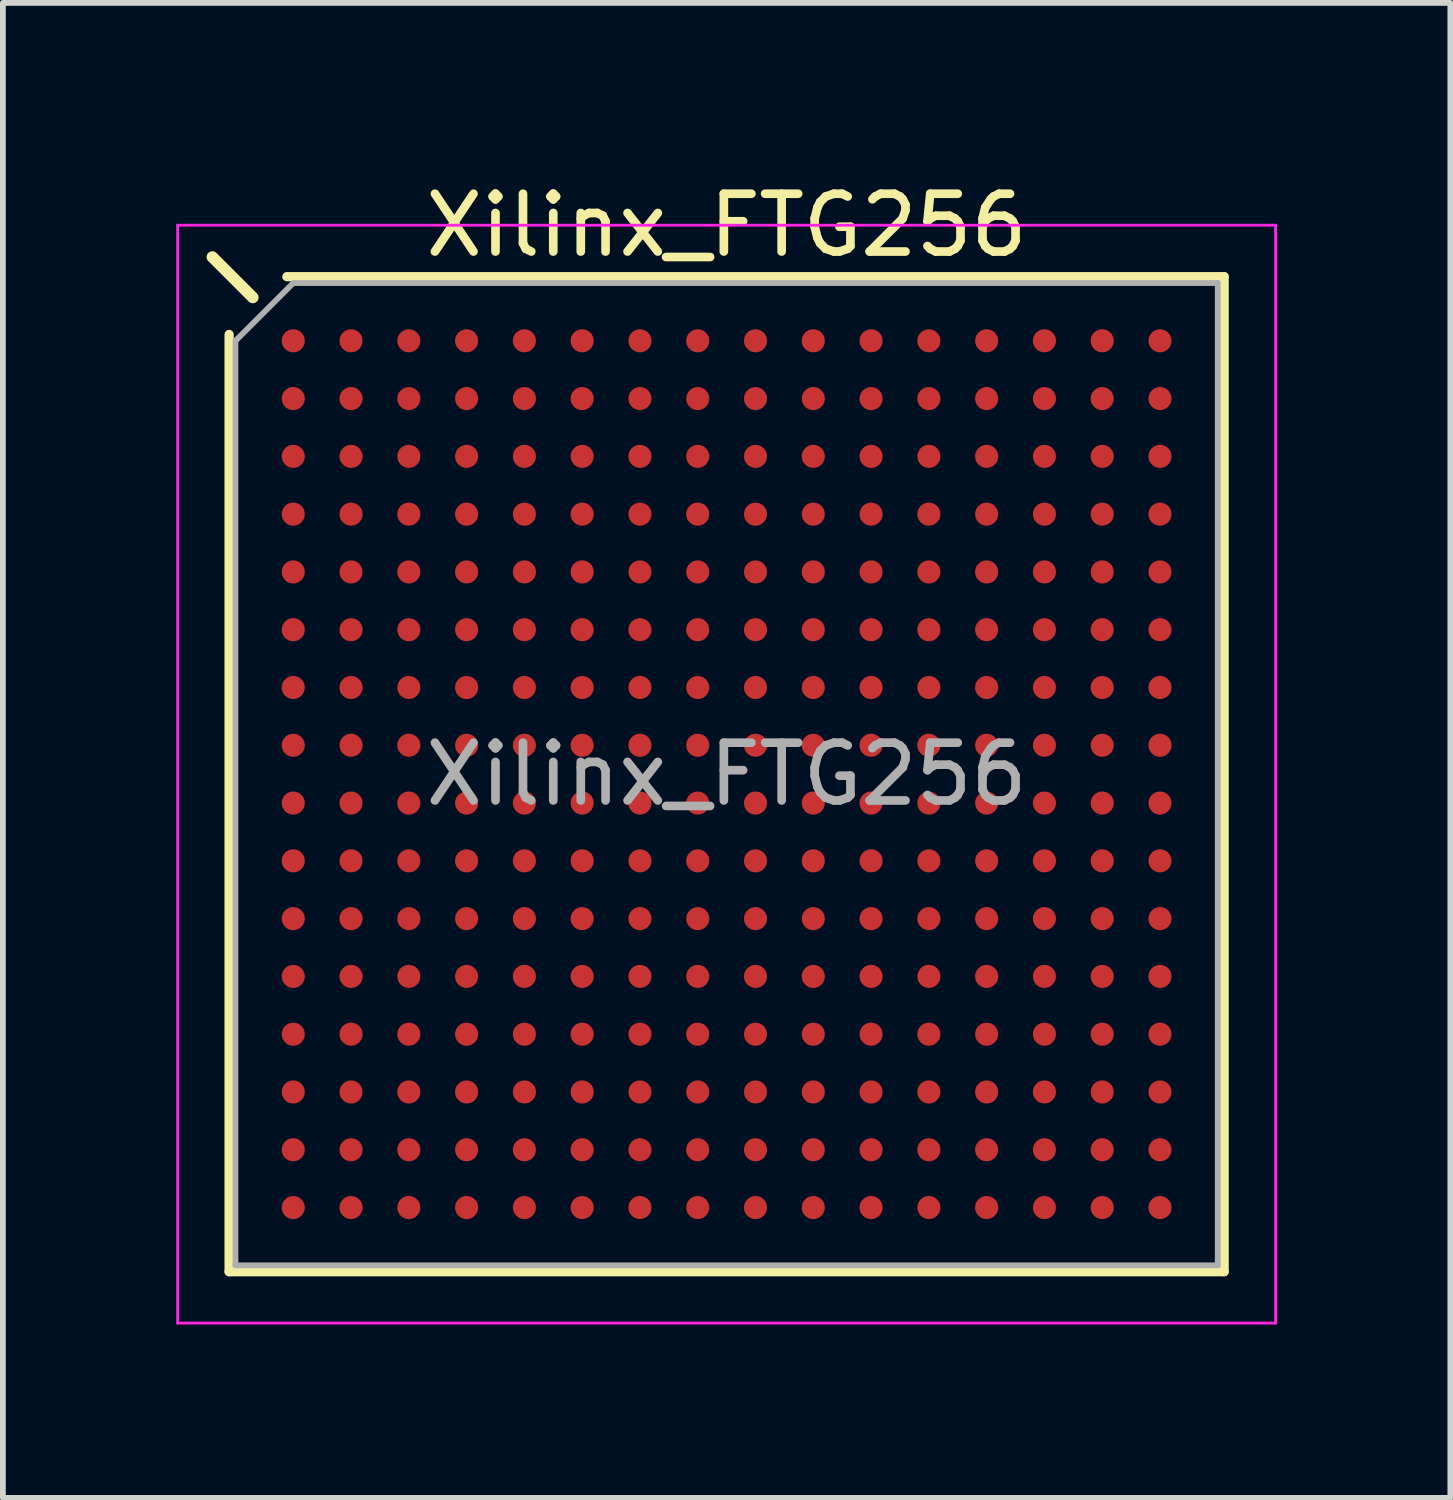
<source format=kicad_pcb>
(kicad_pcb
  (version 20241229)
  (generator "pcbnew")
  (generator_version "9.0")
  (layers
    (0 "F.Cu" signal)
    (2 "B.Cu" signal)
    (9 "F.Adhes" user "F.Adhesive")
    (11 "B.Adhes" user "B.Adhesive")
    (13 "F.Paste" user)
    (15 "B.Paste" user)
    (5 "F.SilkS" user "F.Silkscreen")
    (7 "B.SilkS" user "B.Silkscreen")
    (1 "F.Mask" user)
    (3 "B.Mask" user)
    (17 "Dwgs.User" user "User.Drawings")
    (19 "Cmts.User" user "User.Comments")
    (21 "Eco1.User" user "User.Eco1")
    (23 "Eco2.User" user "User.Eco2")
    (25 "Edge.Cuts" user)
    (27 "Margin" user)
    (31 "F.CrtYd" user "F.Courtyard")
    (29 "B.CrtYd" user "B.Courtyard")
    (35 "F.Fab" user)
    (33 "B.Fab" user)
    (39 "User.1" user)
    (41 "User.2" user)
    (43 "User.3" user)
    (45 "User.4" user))
  (footprint "Xilinx_FTG256"
    (layer "F.Cu")
    (at 9.525 10.348)
    (property "Reference" "Xilinx_FTG256" (at 0 -9.5 0) (layer "F.SilkS") (effects (font (size 1 1) (thickness 0.15))))
    (attr smd)
    (fp_line (start -8.61 8.61) (end -8.61 -7.61) (stroke (width 0.16) (type solid)) (layer "F.SilkS"))
    (fp_line (start -8.2 -8.25) (end -8.9 -8.95) (stroke (width 0.2) (type solid)) (layer "F.SilkS"))
    (fp_line (start -7.61 -8.61) (end 8.61 -8.61) (stroke (width 0.16) (type solid)) (layer "F.SilkS"))
    (fp_line (start 8.61 -8.61) (end 8.61 8.61) (stroke (width 0.16) (type solid)) (layer "F.SilkS"))
    (fp_line (start 8.61 8.61) (end -8.61 8.61) (stroke (width 0.16) (type solid)) (layer "F.SilkS"))
    (fp_line (start -9.5 -9.5) (end -9.5 9.5) (stroke (width 0.05) (type solid)) (layer "F.CrtYd"))
    (fp_line (start -9.5 9.5) (end 9.5 9.5) (stroke (width 0.05) (type solid)) (layer "F.CrtYd"))
    (fp_line (start 9.5 -9.5) (end -9.5 -9.5) (stroke (width 0.05) (type solid)) (layer "F.CrtYd"))
    (fp_line (start 9.5 9.5) (end 9.5 -9.5) (stroke (width 0.05) (type solid)) (layer "F.CrtYd"))
    (fp_line (start -8.5 -7.5) (end -7.5 -8.5) (stroke (width 0.1) (type solid)) (layer "F.Fab"))
    (fp_line (start -8.5 8.5) (end -8.5 -7.5) (stroke (width 0.1) (type solid)) (layer "F.Fab"))
    (fp_line (start -7.5 -8.5) (end 8.5 -8.5) (stroke (width 0.1) (type solid)) (layer "F.Fab"))
    (fp_line (start 8.5 -8.5) (end 8.5 8.5) (stroke (width 0.1) (type solid)) (layer "F.Fab"))
    (fp_line (start 8.5 8.5) (end -8.5 8.5) (stroke (width 0.1) (type solid)) (layer "F.Fab"))
    (fp_text user "${REFERENCE}" (at 0 0 0) (layer "F.Fab") (effects (font (size 1 1) (thickness 0.15))))
    (pad "A1" smd circle (at -7.5 -7.5) (size 0.4 0.4) (layers "F.Cu" "F.Mask" "F.Paste"))
    (pad "A2" smd circle (at -6.5 -7.5) (size 0.4 0.4) (layers "F.Cu" "F.Mask" "F.Paste"))
    (pad "A3" smd circle (at -5.5 -7.5) (size 0.4 0.4) (layers "F.Cu" "F.Mask" "F.Paste"))
    (pad "A4" smd circle (at -4.5 -7.5) (size 0.4 0.4) (layers "F.Cu" "F.Mask" "F.Paste"))
    (pad "A5" smd circle (at -3.5 -7.5) (size 0.4 0.4) (layers "F.Cu" "F.Mask" "F.Paste"))
    (pad "A6" smd circle (at -2.5 -7.5) (size 0.4 0.4) (layers "F.Cu" "F.Mask" "F.Paste"))
    (pad "A7" smd circle (at -1.5 -7.5) (size 0.4 0.4) (layers "F.Cu" "F.Mask" "F.Paste"))
    (pad "A8" smd circle (at -0.5 -7.5) (size 0.4 0.4) (layers "F.Cu" "F.Mask" "F.Paste"))
    (pad "A9" smd circle (at 0.5 -7.5) (size 0.4 0.4) (layers "F.Cu" "F.Mask" "F.Paste"))
    (pad "A10" smd circle (at 1.5 -7.5) (size 0.4 0.4) (layers "F.Cu" "F.Mask" "F.Paste"))
    (pad "A11" smd circle (at 2.5 -7.5) (size 0.4 0.4) (layers "F.Cu" "F.Mask" "F.Paste"))
    (pad "A12" smd circle (at 3.5 -7.5) (size 0.4 0.4) (layers "F.Cu" "F.Mask" "F.Paste"))
    (pad "A13" smd circle (at 4.5 -7.5) (size 0.4 0.4) (layers "F.Cu" "F.Mask" "F.Paste"))
    (pad "A14" smd circle (at 5.5 -7.5) (size 0.4 0.4) (layers "F.Cu" "F.Mask" "F.Paste"))
    (pad "A15" smd circle (at 6.5 -7.5) (size 0.4 0.4) (layers "F.Cu" "F.Mask" "F.Paste"))
    (pad "A16" smd circle (at 7.5 -7.5) (size 0.4 0.4) (layers "F.Cu" "F.Mask" "F.Paste"))
    (pad "B1" smd circle (at -7.5 -6.5) (size 0.4 0.4) (layers "F.Cu" "F.Mask" "F.Paste"))
    (pad "B2" smd circle (at -6.5 -6.5) (size 0.4 0.4) (layers "F.Cu" "F.Mask" "F.Paste"))
    (pad "B3" smd circle (at -5.5 -6.5) (size 0.4 0.4) (layers "F.Cu" "F.Mask" "F.Paste"))
    (pad "B4" smd circle (at -4.5 -6.5) (size 0.4 0.4) (layers "F.Cu" "F.Mask" "F.Paste"))
    (pad "B5" smd circle (at -3.5 -6.5) (size 0.4 0.4) (layers "F.Cu" "F.Mask" "F.Paste"))
    (pad "B6" smd circle (at -2.5 -6.5) (size 0.4 0.4) (layers "F.Cu" "F.Mask" "F.Paste"))
    (pad "B7" smd circle (at -1.5 -6.5) (size 0.4 0.4) (layers "F.Cu" "F.Mask" "F.Paste"))
    (pad "B8" smd circle (at -0.5 -6.5) (size 0.4 0.4) (layers "F.Cu" "F.Mask" "F.Paste"))
    (pad "B9" smd circle (at 0.5 -6.5) (size 0.4 0.4) (layers "F.Cu" "F.Mask" "F.Paste"))
    (pad "B10" smd circle (at 1.5 -6.5) (size 0.4 0.4) (layers "F.Cu" "F.Mask" "F.Paste"))
    (pad "B11" smd circle (at 2.5 -6.5) (size 0.4 0.4) (layers "F.Cu" "F.Mask" "F.Paste"))
    (pad "B12" smd circle (at 3.5 -6.5) (size 0.4 0.4) (layers "F.Cu" "F.Mask" "F.Paste"))
    (pad "B13" smd circle (at 4.5 -6.5) (size 0.4 0.4) (layers "F.Cu" "F.Mask" "F.Paste"))
    (pad "B14" smd circle (at 5.5 -6.5) (size 0.4 0.4) (layers "F.Cu" "F.Mask" "F.Paste"))
    (pad "B15" smd circle (at 6.5 -6.5) (size 0.4 0.4) (layers "F.Cu" "F.Mask" "F.Paste"))
    (pad "B16" smd circle (at 7.5 -6.5) (size 0.4 0.4) (layers "F.Cu" "F.Mask" "F.Paste"))
    (pad "C1" smd circle (at -7.5 -5.5) (size 0.4 0.4) (layers "F.Cu" "F.Mask" "F.Paste"))
    (pad "C2" smd circle (at -6.5 -5.5) (size 0.4 0.4) (layers "F.Cu" "F.Mask" "F.Paste"))
    (pad "C3" smd circle (at -5.5 -5.5) (size 0.4 0.4) (layers "F.Cu" "F.Mask" "F.Paste"))
    (pad "C4" smd circle (at -4.5 -5.5) (size 0.4 0.4) (layers "F.Cu" "F.Mask" "F.Paste"))
    (pad "C5" smd circle (at -3.5 -5.5) (size 0.4 0.4) (layers "F.Cu" "F.Mask" "F.Paste"))
    (pad "C6" smd circle (at -2.5 -5.5) (size 0.4 0.4) (layers "F.Cu" "F.Mask" "F.Paste"))
    (pad "C7" smd circle (at -1.5 -5.5) (size 0.4 0.4) (layers "F.Cu" "F.Mask" "F.Paste"))
    (pad "C8" smd circle (at -0.5 -5.5) (size 0.4 0.4) (layers "F.Cu" "F.Mask" "F.Paste"))
    (pad "C9" smd circle (at 0.5 -5.5) (size 0.4 0.4) (layers "F.Cu" "F.Mask" "F.Paste"))
    (pad "C10" smd circle (at 1.5 -5.5) (size 0.4 0.4) (layers "F.Cu" "F.Mask" "F.Paste"))
    (pad "C11" smd circle (at 2.5 -5.5) (size 0.4 0.4) (layers "F.Cu" "F.Mask" "F.Paste"))
    (pad "C12" smd circle (at 3.5 -5.5) (size 0.4 0.4) (layers "F.Cu" "F.Mask" "F.Paste"))
    (pad "C13" smd circle (at 4.5 -5.5) (size 0.4 0.4) (layers "F.Cu" "F.Mask" "F.Paste"))
    (pad "C14" smd circle (at 5.5 -5.5) (size 0.4 0.4) (layers "F.Cu" "F.Mask" "F.Paste"))
    (pad "C15" smd circle (at 6.5 -5.5) (size 0.4 0.4) (layers "F.Cu" "F.Mask" "F.Paste"))
    (pad "C16" smd circle (at 7.5 -5.5) (size 0.4 0.4) (layers "F.Cu" "F.Mask" "F.Paste"))
    (pad "D1" smd circle (at -7.5 -4.5) (size 0.4 0.4) (layers "F.Cu" "F.Mask" "F.Paste"))
    (pad "D2" smd circle (at -6.5 -4.5) (size 0.4 0.4) (layers "F.Cu" "F.Mask" "F.Paste"))
    (pad "D3" smd circle (at -5.5 -4.5) (size 0.4 0.4) (layers "F.Cu" "F.Mask" "F.Paste"))
    (pad "D4" smd circle (at -4.5 -4.5) (size 0.4 0.4) (layers "F.Cu" "F.Mask" "F.Paste"))
    (pad "D5" smd circle (at -3.5 -4.5) (size 0.4 0.4) (layers "F.Cu" "F.Mask" "F.Paste"))
    (pad "D6" smd circle (at -2.5 -4.5) (size 0.4 0.4) (layers "F.Cu" "F.Mask" "F.Paste"))
    (pad "D7" smd circle (at -1.5 -4.5) (size 0.4 0.4) (layers "F.Cu" "F.Mask" "F.Paste"))
    (pad "D8" smd circle (at -0.5 -4.5) (size 0.4 0.4) (layers "F.Cu" "F.Mask" "F.Paste"))
    (pad "D9" smd circle (at 0.5 -4.5) (size 0.4 0.4) (layers "F.Cu" "F.Mask" "F.Paste"))
    (pad "D10" smd circle (at 1.5 -4.5) (size 0.4 0.4) (layers "F.Cu" "F.Mask" "F.Paste"))
    (pad "D11" smd circle (at 2.5 -4.5) (size 0.4 0.4) (layers "F.Cu" "F.Mask" "F.Paste"))
    (pad "D12" smd circle (at 3.5 -4.5) (size 0.4 0.4) (layers "F.Cu" "F.Mask" "F.Paste"))
    (pad "D13" smd circle (at 4.5 -4.5) (size 0.4 0.4) (layers "F.Cu" "F.Mask" "F.Paste"))
    (pad "D14" smd circle (at 5.5 -4.5) (size 0.4 0.4) (layers "F.Cu" "F.Mask" "F.Paste"))
    (pad "D15" smd circle (at 6.5 -4.5) (size 0.4 0.4) (layers "F.Cu" "F.Mask" "F.Paste"))
    (pad "D16" smd circle (at 7.5 -4.5) (size 0.4 0.4) (layers "F.Cu" "F.Mask" "F.Paste"))
    (pad "E1" smd circle (at -7.5 -3.5) (size 0.4 0.4) (layers "F.Cu" "F.Mask" "F.Paste"))
    (pad "E2" smd circle (at -6.5 -3.5) (size 0.4 0.4) (layers "F.Cu" "F.Mask" "F.Paste"))
    (pad "E3" smd circle (at -5.5 -3.5) (size 0.4 0.4) (layers "F.Cu" "F.Mask" "F.Paste"))
    (pad "E4" smd circle (at -4.5 -3.5) (size 0.4 0.4) (layers "F.Cu" "F.Mask" "F.Paste"))
    (pad "E5" smd circle (at -3.5 -3.5) (size 0.4 0.4) (layers "F.Cu" "F.Mask" "F.Paste"))
    (pad "E6" smd circle (at -2.5 -3.5) (size 0.4 0.4) (layers "F.Cu" "F.Mask" "F.Paste"))
    (pad "E7" smd circle (at -1.5 -3.5) (size 0.4 0.4) (layers "F.Cu" "F.Mask" "F.Paste"))
    (pad "E8" smd circle (at -0.5 -3.5) (size 0.4 0.4) (layers "F.Cu" "F.Mask" "F.Paste"))
    (pad "E9" smd circle (at 0.5 -3.5) (size 0.4 0.4) (layers "F.Cu" "F.Mask" "F.Paste"))
    (pad "E10" smd circle (at 1.5 -3.5) (size 0.4 0.4) (layers "F.Cu" "F.Mask" "F.Paste"))
    (pad "E11" smd circle (at 2.5 -3.5) (size 0.4 0.4) (layers "F.Cu" "F.Mask" "F.Paste"))
    (pad "E12" smd circle (at 3.5 -3.5) (size 0.4 0.4) (layers "F.Cu" "F.Mask" "F.Paste"))
    (pad "E13" smd circle (at 4.5 -3.5) (size 0.4 0.4) (layers "F.Cu" "F.Mask" "F.Paste"))
    (pad "E14" smd circle (at 5.5 -3.5) (size 0.4 0.4) (layers "F.Cu" "F.Mask" "F.Paste"))
    (pad "E15" smd circle (at 6.5 -3.5) (size 0.4 0.4) (layers "F.Cu" "F.Mask" "F.Paste"))
    (pad "E16" smd circle (at 7.5 -3.5) (size 0.4 0.4) (layers "F.Cu" "F.Mask" "F.Paste"))
    (pad "F1" smd circle (at -7.5 -2.5) (size 0.4 0.4) (layers "F.Cu" "F.Mask" "F.Paste"))
    (pad "F2" smd circle (at -6.5 -2.5) (size 0.4 0.4) (layers "F.Cu" "F.Mask" "F.Paste"))
    (pad "F3" smd circle (at -5.5 -2.5) (size 0.4 0.4) (layers "F.Cu" "F.Mask" "F.Paste"))
    (pad "F4" smd circle (at -4.5 -2.5) (size 0.4 0.4) (layers "F.Cu" "F.Mask" "F.Paste"))
    (pad "F5" smd circle (at -3.5 -2.5) (size 0.4 0.4) (layers "F.Cu" "F.Mask" "F.Paste"))
    (pad "F6" smd circle (at -2.5 -2.5) (size 0.4 0.4) (layers "F.Cu" "F.Mask" "F.Paste"))
    (pad "F7" smd circle (at -1.5 -2.5) (size 0.4 0.4) (layers "F.Cu" "F.Mask" "F.Paste"))
    (pad "F8" smd circle (at -0.5 -2.5) (size 0.4 0.4) (layers "F.Cu" "F.Mask" "F.Paste"))
    (pad "F9" smd circle (at 0.5 -2.5) (size 0.4 0.4) (layers "F.Cu" "F.Mask" "F.Paste"))
    (pad "F10" smd circle (at 1.5 -2.5) (size 0.4 0.4) (layers "F.Cu" "F.Mask" "F.Paste"))
    (pad "F11" smd circle (at 2.5 -2.5) (size 0.4 0.4) (layers "F.Cu" "F.Mask" "F.Paste"))
    (pad "F12" smd circle (at 3.5 -2.5) (size 0.4 0.4) (layers "F.Cu" "F.Mask" "F.Paste"))
    (pad "F13" smd circle (at 4.5 -2.5) (size 0.4 0.4) (layers "F.Cu" "F.Mask" "F.Paste"))
    (pad "F14" smd circle (at 5.5 -2.5) (size 0.4 0.4) (layers "F.Cu" "F.Mask" "F.Paste"))
    (pad "F15" smd circle (at 6.5 -2.5) (size 0.4 0.4) (layers "F.Cu" "F.Mask" "F.Paste"))
    (pad "F16" smd circle (at 7.5 -2.5) (size 0.4 0.4) (layers "F.Cu" "F.Mask" "F.Paste"))
    (pad "G1" smd circle (at -7.5 -1.5) (size 0.4 0.4) (layers "F.Cu" "F.Mask" "F.Paste"))
    (pad "G2" smd circle (at -6.5 -1.5) (size 0.4 0.4) (layers "F.Cu" "F.Mask" "F.Paste"))
    (pad "G3" smd circle (at -5.5 -1.5) (size 0.4 0.4) (layers "F.Cu" "F.Mask" "F.Paste"))
    (pad "G4" smd circle (at -4.5 -1.5) (size 0.4 0.4) (layers "F.Cu" "F.Mask" "F.Paste"))
    (pad "G5" smd circle (at -3.5 -1.5) (size 0.4 0.4) (layers "F.Cu" "F.Mask" "F.Paste"))
    (pad "G6" smd circle (at -2.5 -1.5) (size 0.4 0.4) (layers "F.Cu" "F.Mask" "F.Paste"))
    (pad "G7" smd circle (at -1.5 -1.5) (size 0.4 0.4) (layers "F.Cu" "F.Mask" "F.Paste"))
    (pad "G8" smd circle (at -0.5 -1.5) (size 0.4 0.4) (layers "F.Cu" "F.Mask" "F.Paste"))
    (pad "G9" smd circle (at 0.5 -1.5) (size 0.4 0.4) (layers "F.Cu" "F.Mask" "F.Paste"))
    (pad "G10" smd circle (at 1.5 -1.5) (size 0.4 0.4) (layers "F.Cu" "F.Mask" "F.Paste"))
    (pad "G11" smd circle (at 2.5 -1.5) (size 0.4 0.4) (layers "F.Cu" "F.Mask" "F.Paste"))
    (pad "G12" smd circle (at 3.5 -1.5) (size 0.4 0.4) (layers "F.Cu" "F.Mask" "F.Paste"))
    (pad "G13" smd circle (at 4.5 -1.5) (size 0.4 0.4) (layers "F.Cu" "F.Mask" "F.Paste"))
    (pad "G14" smd circle (at 5.5 -1.5) (size 0.4 0.4) (layers "F.Cu" "F.Mask" "F.Paste"))
    (pad "G15" smd circle (at 6.5 -1.5) (size 0.4 0.4) (layers "F.Cu" "F.Mask" "F.Paste"))
    (pad "G16" smd circle (at 7.5 -1.5) (size 0.4 0.4) (layers "F.Cu" "F.Mask" "F.Paste"))
    (pad "H1" smd circle (at -7.5 -0.5) (size 0.4 0.4) (layers "F.Cu" "F.Mask" "F.Paste"))
    (pad "H2" smd circle (at -6.5 -0.5) (size 0.4 0.4) (layers "F.Cu" "F.Mask" "F.Paste"))
    (pad "H3" smd circle (at -5.5 -0.5) (size 0.4 0.4) (layers "F.Cu" "F.Mask" "F.Paste"))
    (pad "H4" smd circle (at -4.5 -0.5) (size 0.4 0.4) (layers "F.Cu" "F.Mask" "F.Paste"))
    (pad "H5" smd circle (at -3.5 -0.5) (size 0.4 0.4) (layers "F.Cu" "F.Mask" "F.Paste"))
    (pad "H6" smd circle (at -2.5 -0.5) (size 0.4 0.4) (layers "F.Cu" "F.Mask" "F.Paste"))
    (pad "H7" smd circle (at -1.5 -0.5) (size 0.4 0.4) (layers "F.Cu" "F.Mask" "F.Paste"))
    (pad "H8" smd circle (at -0.5 -0.5) (size 0.4 0.4) (layers "F.Cu" "F.Mask" "F.Paste"))
    (pad "H9" smd circle (at 0.5 -0.5) (size 0.4 0.4) (layers "F.Cu" "F.Mask" "F.Paste"))
    (pad "H10" smd circle (at 1.5 -0.5) (size 0.4 0.4) (layers "F.Cu" "F.Mask" "F.Paste"))
    (pad "H11" smd circle (at 2.5 -0.5) (size 0.4 0.4) (layers "F.Cu" "F.Mask" "F.Paste"))
    (pad "H12" smd circle (at 3.5 -0.5) (size 0.4 0.4) (layers "F.Cu" "F.Mask" "F.Paste"))
    (pad "H13" smd circle (at 4.5 -0.5) (size 0.4 0.4) (layers "F.Cu" "F.Mask" "F.Paste"))
    (pad "H14" smd circle (at 5.5 -0.5) (size 0.4 0.4) (layers "F.Cu" "F.Mask" "F.Paste"))
    (pad "H15" smd circle (at 6.5 -0.5) (size 0.4 0.4) (layers "F.Cu" "F.Mask" "F.Paste"))
    (pad "H16" smd circle (at 7.5 -0.5) (size 0.4 0.4) (layers "F.Cu" "F.Mask" "F.Paste"))
    (pad "J1" smd circle (at -7.5 0.5) (size 0.4 0.4) (layers "F.Cu" "F.Mask" "F.Paste"))
    (pad "J2" smd circle (at -6.5 0.5) (size 0.4 0.4) (layers "F.Cu" "F.Mask" "F.Paste"))
    (pad "J3" smd circle (at -5.5 0.5) (size 0.4 0.4) (layers "F.Cu" "F.Mask" "F.Paste"))
    (pad "J4" smd circle (at -4.5 0.5) (size 0.4 0.4) (layers "F.Cu" "F.Mask" "F.Paste"))
    (pad "J5" smd circle (at -3.5 0.5) (size 0.4 0.4) (layers "F.Cu" "F.Mask" "F.Paste"))
    (pad "J6" smd circle (at -2.5 0.5) (size 0.4 0.4) (layers "F.Cu" "F.Mask" "F.Paste"))
    (pad "J7" smd circle (at -1.5 0.5) (size 0.4 0.4) (layers "F.Cu" "F.Mask" "F.Paste"))
    (pad "J8" smd circle (at -0.5 0.5) (size 0.4 0.4) (layers "F.Cu" "F.Mask" "F.Paste"))
    (pad "J9" smd circle (at 0.5 0.5) (size 0.4 0.4) (layers "F.Cu" "F.Mask" "F.Paste"))
    (pad "J10" smd circle (at 1.5 0.5) (size 0.4 0.4) (layers "F.Cu" "F.Mask" "F.Paste"))
    (pad "J11" smd circle (at 2.5 0.5) (size 0.4 0.4) (layers "F.Cu" "F.Mask" "F.Paste"))
    (pad "J12" smd circle (at 3.5 0.5) (size 0.4 0.4) (layers "F.Cu" "F.Mask" "F.Paste"))
    (pad "J13" smd circle (at 4.5 0.5) (size 0.4 0.4) (layers "F.Cu" "F.Mask" "F.Paste"))
    (pad "J14" smd circle (at 5.5 0.5) (size 0.4 0.4) (layers "F.Cu" "F.Mask" "F.Paste"))
    (pad "J15" smd circle (at 6.5 0.5) (size 0.4 0.4) (layers "F.Cu" "F.Mask" "F.Paste"))
    (pad "J16" smd circle (at 7.5 0.5) (size 0.4 0.4) (layers "F.Cu" "F.Mask" "F.Paste"))
    (pad "K1" smd circle (at -7.5 1.5) (size 0.4 0.4) (layers "F.Cu" "F.Mask" "F.Paste"))
    (pad "K2" smd circle (at -6.5 1.5) (size 0.4 0.4) (layers "F.Cu" "F.Mask" "F.Paste"))
    (pad "K3" smd circle (at -5.5 1.5) (size 0.4 0.4) (layers "F.Cu" "F.Mask" "F.Paste"))
    (pad "K4" smd circle (at -4.5 1.5) (size 0.4 0.4) (layers "F.Cu" "F.Mask" "F.Paste"))
    (pad "K5" smd circle (at -3.5 1.5) (size 0.4 0.4) (layers "F.Cu" "F.Mask" "F.Paste"))
    (pad "K6" smd circle (at -2.5 1.5) (size 0.4 0.4) (layers "F.Cu" "F.Mask" "F.Paste"))
    (pad "K7" smd circle (at -1.5 1.5) (size 0.4 0.4) (layers "F.Cu" "F.Mask" "F.Paste"))
    (pad "K8" smd circle (at -0.5 1.5) (size 0.4 0.4) (layers "F.Cu" "F.Mask" "F.Paste"))
    (pad "K9" smd circle (at 0.5 1.5) (size 0.4 0.4) (layers "F.Cu" "F.Mask" "F.Paste"))
    (pad "K10" smd circle (at 1.5 1.5) (size 0.4 0.4) (layers "F.Cu" "F.Mask" "F.Paste"))
    (pad "K11" smd circle (at 2.5 1.5) (size 0.4 0.4) (layers "F.Cu" "F.Mask" "F.Paste"))
    (pad "K12" smd circle (at 3.5 1.5) (size 0.4 0.4) (layers "F.Cu" "F.Mask" "F.Paste"))
    (pad "K13" smd circle (at 4.5 1.5) (size 0.4 0.4) (layers "F.Cu" "F.Mask" "F.Paste"))
    (pad "K14" smd circle (at 5.5 1.5) (size 0.4 0.4) (layers "F.Cu" "F.Mask" "F.Paste"))
    (pad "K15" smd circle (at 6.5 1.5) (size 0.4 0.4) (layers "F.Cu" "F.Mask" "F.Paste"))
    (pad "K16" smd circle (at 7.5 1.5) (size 0.4 0.4) (layers "F.Cu" "F.Mask" "F.Paste"))
    (pad "L1" smd circle (at -7.5 2.5) (size 0.4 0.4) (layers "F.Cu" "F.Mask" "F.Paste"))
    (pad "L2" smd circle (at -6.5 2.5) (size 0.4 0.4) (layers "F.Cu" "F.Mask" "F.Paste"))
    (pad "L3" smd circle (at -5.5 2.5) (size 0.4 0.4) (layers "F.Cu" "F.Mask" "F.Paste"))
    (pad "L4" smd circle (at -4.5 2.5) (size 0.4 0.4) (layers "F.Cu" "F.Mask" "F.Paste"))
    (pad "L5" smd circle (at -3.5 2.5) (size 0.4 0.4) (layers "F.Cu" "F.Mask" "F.Paste"))
    (pad "L6" smd circle (at -2.5 2.5) (size 0.4 0.4) (layers "F.Cu" "F.Mask" "F.Paste"))
    (pad "L7" smd circle (at -1.5 2.5) (size 0.4 0.4) (layers "F.Cu" "F.Mask" "F.Paste"))
    (pad "L8" smd circle (at -0.5 2.5) (size 0.4 0.4) (layers "F.Cu" "F.Mask" "F.Paste"))
    (pad "L9" smd circle (at 0.5 2.5) (size 0.4 0.4) (layers "F.Cu" "F.Mask" "F.Paste"))
    (pad "L10" smd circle (at 1.5 2.5) (size 0.4 0.4) (layers "F.Cu" "F.Mask" "F.Paste"))
    (pad "L11" smd circle (at 2.5 2.5) (size 0.4 0.4) (layers "F.Cu" "F.Mask" "F.Paste"))
    (pad "L12" smd circle (at 3.5 2.5) (size 0.4 0.4) (layers "F.Cu" "F.Mask" "F.Paste"))
    (pad "L13" smd circle (at 4.5 2.5) (size 0.4 0.4) (layers "F.Cu" "F.Mask" "F.Paste"))
    (pad "L14" smd circle (at 5.5 2.5) (size 0.4 0.4) (layers "F.Cu" "F.Mask" "F.Paste"))
    (pad "L15" smd circle (at 6.5 2.5) (size 0.4 0.4) (layers "F.Cu" "F.Mask" "F.Paste"))
    (pad "L16" smd circle (at 7.5 2.5) (size 0.4 0.4) (layers "F.Cu" "F.Mask" "F.Paste"))
    (pad "M1" smd circle (at -7.5 3.5) (size 0.4 0.4) (layers "F.Cu" "F.Mask" "F.Paste"))
    (pad "M2" smd circle (at -6.5 3.5) (size 0.4 0.4) (layers "F.Cu" "F.Mask" "F.Paste"))
    (pad "M3" smd circle (at -5.5 3.5) (size 0.4 0.4) (layers "F.Cu" "F.Mask" "F.Paste"))
    (pad "M4" smd circle (at -4.5 3.5) (size 0.4 0.4) (layers "F.Cu" "F.Mask" "F.Paste"))
    (pad "M5" smd circle (at -3.5 3.5) (size 0.4 0.4) (layers "F.Cu" "F.Mask" "F.Paste"))
    (pad "M6" smd circle (at -2.5 3.5) (size 0.4 0.4) (layers "F.Cu" "F.Mask" "F.Paste"))
    (pad "M7" smd circle (at -1.5 3.5) (size 0.4 0.4) (layers "F.Cu" "F.Mask" "F.Paste"))
    (pad "M8" smd circle (at -0.5 3.5) (size 0.4 0.4) (layers "F.Cu" "F.Mask" "F.Paste"))
    (pad "M9" smd circle (at 0.5 3.5) (size 0.4 0.4) (layers "F.Cu" "F.Mask" "F.Paste"))
    (pad "M10" smd circle (at 1.5 3.5) (size 0.4 0.4) (layers "F.Cu" "F.Mask" "F.Paste"))
    (pad "M11" smd circle (at 2.5 3.5) (size 0.4 0.4) (layers "F.Cu" "F.Mask" "F.Paste"))
    (pad "M12" smd circle (at 3.5 3.5) (size 0.4 0.4) (layers "F.Cu" "F.Mask" "F.Paste"))
    (pad "M13" smd circle (at 4.5 3.5) (size 0.4 0.4) (layers "F.Cu" "F.Mask" "F.Paste"))
    (pad "M14" smd circle (at 5.5 3.5) (size 0.4 0.4) (layers "F.Cu" "F.Mask" "F.Paste"))
    (pad "M15" smd circle (at 6.5 3.5) (size 0.4 0.4) (layers "F.Cu" "F.Mask" "F.Paste"))
    (pad "M16" smd circle (at 7.5 3.5) (size 0.4 0.4) (layers "F.Cu" "F.Mask" "F.Paste"))
    (pad "N1" smd circle (at -7.5 4.5) (size 0.4 0.4) (layers "F.Cu" "F.Mask" "F.Paste"))
    (pad "N2" smd circle (at -6.5 4.5) (size 0.4 0.4) (layers "F.Cu" "F.Mask" "F.Paste"))
    (pad "N3" smd circle (at -5.5 4.5) (size 0.4 0.4) (layers "F.Cu" "F.Mask" "F.Paste"))
    (pad "N4" smd circle (at -4.5 4.5) (size 0.4 0.4) (layers "F.Cu" "F.Mask" "F.Paste"))
    (pad "N5" smd circle (at -3.5 4.5) (size 0.4 0.4) (layers "F.Cu" "F.Mask" "F.Paste"))
    (pad "N6" smd circle (at -2.5 4.5) (size 0.4 0.4) (layers "F.Cu" "F.Mask" "F.Paste"))
    (pad "N7" smd circle (at -1.5 4.5) (size 0.4 0.4) (layers "F.Cu" "F.Mask" "F.Paste"))
    (pad "N8" smd circle (at -0.5 4.5) (size 0.4 0.4) (layers "F.Cu" "F.Mask" "F.Paste"))
    (pad "N9" smd circle (at 0.5 4.5) (size 0.4 0.4) (layers "F.Cu" "F.Mask" "F.Paste"))
    (pad "N10" smd circle (at 1.5 4.5) (size 0.4 0.4) (layers "F.Cu" "F.Mask" "F.Paste"))
    (pad "N11" smd circle (at 2.5 4.5) (size 0.4 0.4) (layers "F.Cu" "F.Mask" "F.Paste"))
    (pad "N12" smd circle (at 3.5 4.5) (size 0.4 0.4) (layers "F.Cu" "F.Mask" "F.Paste"))
    (pad "N13" smd circle (at 4.5 4.5) (size 0.4 0.4) (layers "F.Cu" "F.Mask" "F.Paste"))
    (pad "N14" smd circle (at 5.5 4.5) (size 0.4 0.4) (layers "F.Cu" "F.Mask" "F.Paste"))
    (pad "N15" smd circle (at 6.5 4.5) (size 0.4 0.4) (layers "F.Cu" "F.Mask" "F.Paste"))
    (pad "N16" smd circle (at 7.5 4.5) (size 0.4 0.4) (layers "F.Cu" "F.Mask" "F.Paste"))
    (pad "P1" smd circle (at -7.5 5.5) (size 0.4 0.4) (layers "F.Cu" "F.Mask" "F.Paste"))
    (pad "P2" smd circle (at -6.5 5.5) (size 0.4 0.4) (layers "F.Cu" "F.Mask" "F.Paste"))
    (pad "P3" smd circle (at -5.5 5.5) (size 0.4 0.4) (layers "F.Cu" "F.Mask" "F.Paste"))
    (pad "P4" smd circle (at -4.5 5.5) (size 0.4 0.4) (layers "F.Cu" "F.Mask" "F.Paste"))
    (pad "P5" smd circle (at -3.5 5.5) (size 0.4 0.4) (layers "F.Cu" "F.Mask" "F.Paste"))
    (pad "P6" smd circle (at -2.5 5.5) (size 0.4 0.4) (layers "F.Cu" "F.Mask" "F.Paste"))
    (pad "P7" smd circle (at -1.5 5.5) (size 0.4 0.4) (layers "F.Cu" "F.Mask" "F.Paste"))
    (pad "P8" smd circle (at -0.5 5.5) (size 0.4 0.4) (layers "F.Cu" "F.Mask" "F.Paste"))
    (pad "P9" smd circle (at 0.5 5.5) (size 0.4 0.4) (layers "F.Cu" "F.Mask" "F.Paste"))
    (pad "P10" smd circle (at 1.5 5.5) (size 0.4 0.4) (layers "F.Cu" "F.Mask" "F.Paste"))
    (pad "P11" smd circle (at 2.5 5.5) (size 0.4 0.4) (layers "F.Cu" "F.Mask" "F.Paste"))
    (pad "P12" smd circle (at 3.5 5.5) (size 0.4 0.4) (layers "F.Cu" "F.Mask" "F.Paste"))
    (pad "P13" smd circle (at 4.5 5.5) (size 0.4 0.4) (layers "F.Cu" "F.Mask" "F.Paste"))
    (pad "P14" smd circle (at 5.5 5.5) (size 0.4 0.4) (layers "F.Cu" "F.Mask" "F.Paste"))
    (pad "P15" smd circle (at 6.5 5.5) (size 0.4 0.4) (layers "F.Cu" "F.Mask" "F.Paste"))
    (pad "P16" smd circle (at 7.5 5.5) (size 0.4 0.4) (layers "F.Cu" "F.Mask" "F.Paste"))
    (pad "R1" smd circle (at -7.5 6.5) (size 0.4 0.4) (layers "F.Cu" "F.Mask" "F.Paste"))
    (pad "R2" smd circle (at -6.5 6.5) (size 0.4 0.4) (layers "F.Cu" "F.Mask" "F.Paste"))
    (pad "R3" smd circle (at -5.5 6.5) (size 0.4 0.4) (layers "F.Cu" "F.Mask" "F.Paste"))
    (pad "R4" smd circle (at -4.5 6.5) (size 0.4 0.4) (layers "F.Cu" "F.Mask" "F.Paste"))
    (pad "R5" smd circle (at -3.5 6.5) (size 0.4 0.4) (layers "F.Cu" "F.Mask" "F.Paste"))
    (pad "R6" smd circle (at -2.5 6.5) (size 0.4 0.4) (layers "F.Cu" "F.Mask" "F.Paste"))
    (pad "R7" smd circle (at -1.5 6.5) (size 0.4 0.4) (layers "F.Cu" "F.Mask" "F.Paste"))
    (pad "R8" smd circle (at -0.5 6.5) (size 0.4 0.4) (layers "F.Cu" "F.Mask" "F.Paste"))
    (pad "R9" smd circle (at 0.5 6.5) (size 0.4 0.4) (layers "F.Cu" "F.Mask" "F.Paste"))
    (pad "R10" smd circle (at 1.5 6.5) (size 0.4 0.4) (layers "F.Cu" "F.Mask" "F.Paste"))
    (pad "R11" smd circle (at 2.5 6.5) (size 0.4 0.4) (layers "F.Cu" "F.Mask" "F.Paste"))
    (pad "R12" smd circle (at 3.5 6.5) (size 0.4 0.4) (layers "F.Cu" "F.Mask" "F.Paste"))
    (pad "R13" smd circle (at 4.5 6.5) (size 0.4 0.4) (layers "F.Cu" "F.Mask" "F.Paste"))
    (pad "R14" smd circle (at 5.5 6.5) (size 0.4 0.4) (layers "F.Cu" "F.Mask" "F.Paste"))
    (pad "R15" smd circle (at 6.5 6.5) (size 0.4 0.4) (layers "F.Cu" "F.Mask" "F.Paste"))
    (pad "R16" smd circle (at 7.5 6.5) (size 0.4 0.4) (layers "F.Cu" "F.Mask" "F.Paste"))
    (pad "T1" smd circle (at -7.5 7.5) (size 0.4 0.4) (layers "F.Cu" "F.Mask" "F.Paste"))
    (pad "T2" smd circle (at -6.5 7.5) (size 0.4 0.4) (layers "F.Cu" "F.Mask" "F.Paste"))
    (pad "T3" smd circle (at -5.5 7.5) (size 0.4 0.4) (layers "F.Cu" "F.Mask" "F.Paste"))
    (pad "T4" smd circle (at -4.5 7.5) (size 0.4 0.4) (layers "F.Cu" "F.Mask" "F.Paste"))
    (pad "T5" smd circle (at -3.5 7.5) (size 0.4 0.4) (layers "F.Cu" "F.Mask" "F.Paste"))
    (pad "T6" smd circle (at -2.5 7.5) (size 0.4 0.4) (layers "F.Cu" "F.Mask" "F.Paste"))
    (pad "T7" smd circle (at -1.5 7.5) (size 0.4 0.4) (layers "F.Cu" "F.Mask" "F.Paste"))
    (pad "T8" smd circle (at -0.5 7.5) (size 0.4 0.4) (layers "F.Cu" "F.Mask" "F.Paste"))
    (pad "T9" smd circle (at 0.5 7.5) (size 0.4 0.4) (layers "F.Cu" "F.Mask" "F.Paste"))
    (pad "T10" smd circle (at 1.5 7.5) (size 0.4 0.4) (layers "F.Cu" "F.Mask" "F.Paste"))
    (pad "T11" smd circle (at 2.5 7.5) (size 0.4 0.4) (layers "F.Cu" "F.Mask" "F.Paste"))
    (pad "T12" smd circle (at 3.5 7.5) (size 0.4 0.4) (layers "F.Cu" "F.Mask" "F.Paste"))
    (pad "T13" smd circle (at 4.5 7.5) (size 0.4 0.4) (layers "F.Cu" "F.Mask" "F.Paste"))
    (pad "T14" smd circle (at 5.5 7.5) (size 0.4 0.4) (layers "F.Cu" "F.Mask" "F.Paste"))
    (pad "T15" smd circle (at 6.5 7.5) (size 0.4 0.4) (layers "F.Cu" "F.Mask" "F.Paste"))
    (pad "T16" smd circle (at 7.5 7.5) (size 0.4 0.4) (layers "F.Cu" "F.Mask" "F.Paste")))
  (gr_rect
    (start -3 -3)
    (end 22.05 22.873)
    (stroke (width 0.1) (type default))
    (fill no)
    (layer "Edge.Cuts")))
</source>
